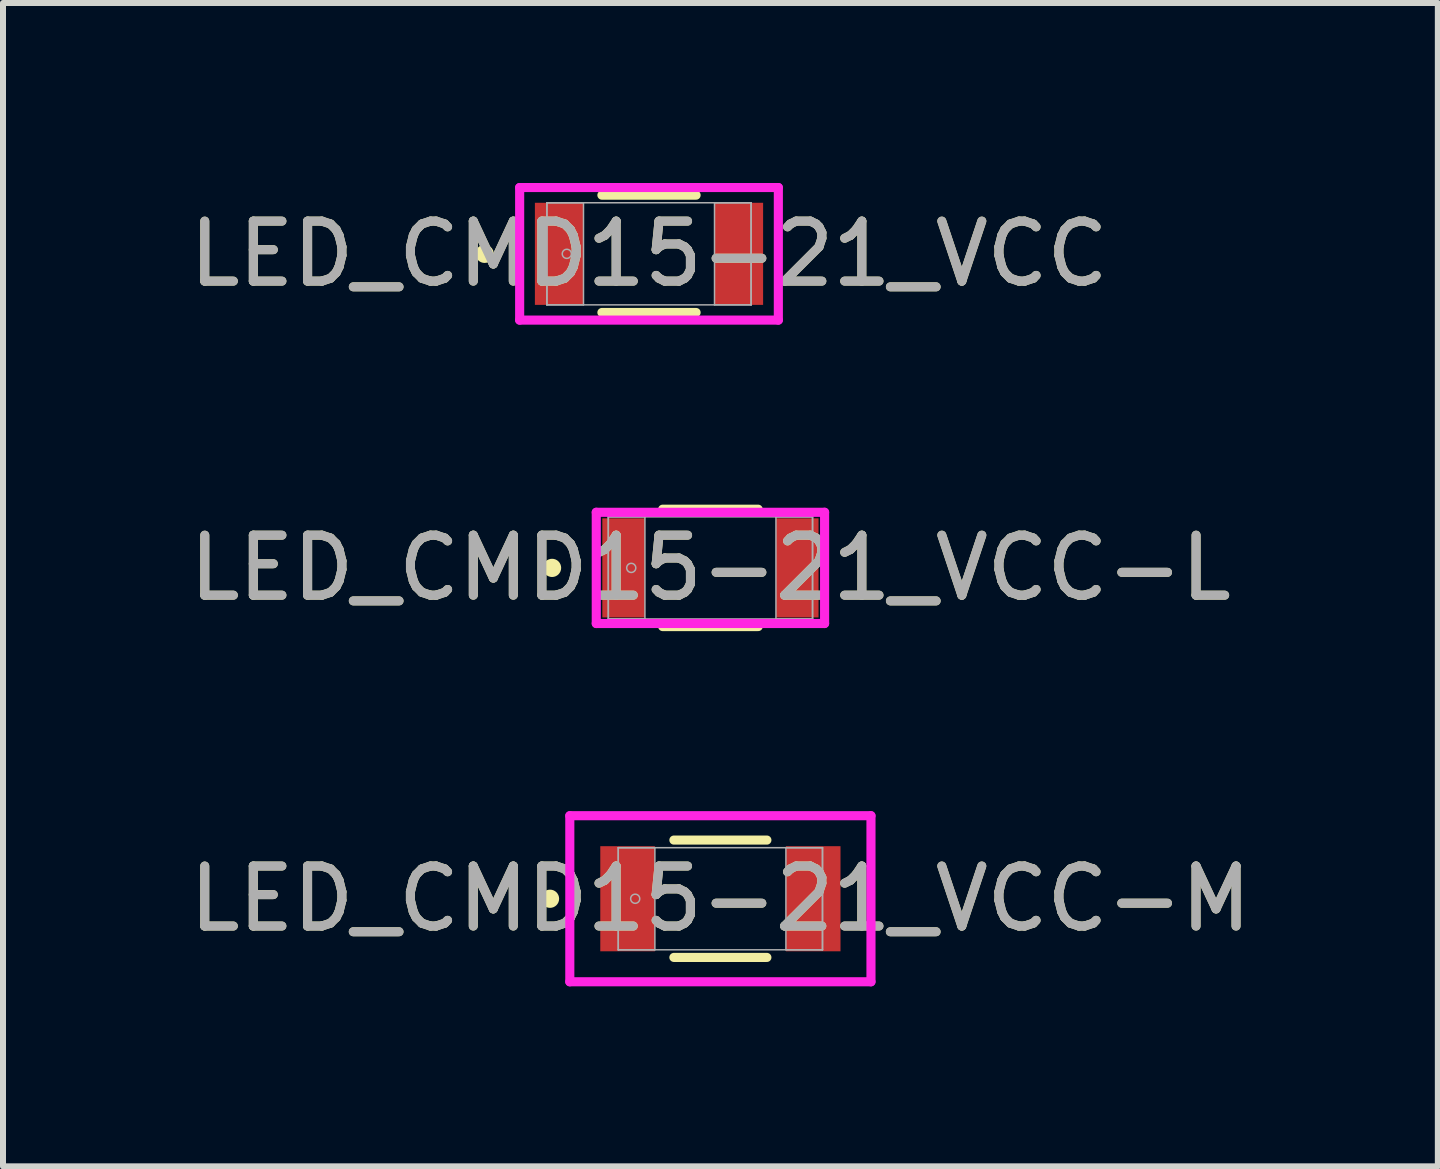
<source format=kicad_pcb>
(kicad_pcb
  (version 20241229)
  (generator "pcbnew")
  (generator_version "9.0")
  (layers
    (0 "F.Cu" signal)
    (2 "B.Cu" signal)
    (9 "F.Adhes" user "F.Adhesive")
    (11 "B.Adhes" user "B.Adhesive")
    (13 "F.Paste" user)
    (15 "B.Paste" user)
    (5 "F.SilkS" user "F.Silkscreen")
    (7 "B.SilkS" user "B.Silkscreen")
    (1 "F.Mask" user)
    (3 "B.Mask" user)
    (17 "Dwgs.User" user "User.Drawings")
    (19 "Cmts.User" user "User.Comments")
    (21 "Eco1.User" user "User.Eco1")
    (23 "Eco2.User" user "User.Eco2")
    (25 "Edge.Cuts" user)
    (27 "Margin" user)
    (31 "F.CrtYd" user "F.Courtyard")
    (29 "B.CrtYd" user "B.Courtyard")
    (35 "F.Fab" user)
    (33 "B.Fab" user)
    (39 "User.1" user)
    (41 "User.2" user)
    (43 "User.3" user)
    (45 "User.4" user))
  (footprint "LED_CMD15-21_VCC-L"
    (layer "F.Cu")
    (at 8.792 6.416)
    (property "Reference" "LED_CMD15-21_VCC-L" (at 0 0 0) (unlocked yes) (layer "F.SilkS") (effects (font (size 1 1) (thickness 0.15))))
    (attr smd)
    (fp_line (start -0.796 0.978) (end 0.796 0.978) (stroke (width 0.152) (type solid)) (layer "F.SilkS"))
    (fp_line (start 0.796 -0.978) (end -0.796 -0.978) (stroke (width 0.152) (type solid)) (layer "F.SilkS"))
    (fp_circle (center -2.64 0) (end -2.564 0) (stroke (width 0.152) (type solid)) (fill no) (layer "F.SilkS"))
    (fp_line (start -1.903 -0.927) (end 1.903 -0.927) (stroke (width 0.152) (type solid)) (layer "F.CrtYd"))
    (fp_line (start -1.903 0.927) (end -1.903 -0.927) (stroke (width 0.152) (type solid)) (layer "F.CrtYd"))
    (fp_line (start 1.903 -0.927) (end 1.903 0.927) (stroke (width 0.152) (type solid)) (layer "F.CrtYd"))
    (fp_line (start 1.903 0.927) (end -1.903 0.927) (stroke (width 0.152) (type solid)) (layer "F.CrtYd"))
    (fp_line (start -1.702 -0.851) (end -1.702 0.851) (stroke (width 0.025) (type solid)) (layer "F.Fab"))
    (fp_line (start -1.702 -0.851) (end -1.702 0.851) (stroke (width 0.025) (type solid)) (layer "F.Fab"))
    (fp_line (start -1.702 0.851) (end -1.092 0.851) (stroke (width 0.025) (type solid)) (layer "F.Fab"))
    (fp_line (start -1.702 0.851) (end 1.702 0.851) (stroke (width 0.025) (type solid)) (layer "F.Fab"))
    (fp_line (start -1.092 -0.851) (end -1.702 -0.851) (stroke (width 0.025) (type solid)) (layer "F.Fab"))
    (fp_line (start -1.092 0.851) (end -1.092 -0.851) (stroke (width 0.025) (type solid)) (layer "F.Fab"))
    (fp_line (start 1.092 -0.851) (end 1.092 0.851) (stroke (width 0.025) (type solid)) (layer "F.Fab"))
    (fp_line (start 1.092 0.851) (end 1.702 0.851) (stroke (width 0.025) (type solid)) (layer "F.Fab"))
    (fp_line (start 1.702 -0.851) (end -1.702 -0.851) (stroke (width 0.025) (type solid)) (layer "F.Fab"))
    (fp_line (start 1.702 -0.851) (end 1.092 -0.851) (stroke (width 0.025) (type solid)) (layer "F.Fab"))
    (fp_line (start 1.702 0.851) (end 1.702 -0.851) (stroke (width 0.025) (type solid)) (layer "F.Fab"))
    (fp_line (start 1.702 0.851) (end 1.702 -0.851) (stroke (width 0.025) (type solid)) (layer "F.Fab"))
    (fp_circle (center -1.32 0) (end -1.244 0) (stroke (width 0.025) (type solid)) (fill no) (layer "F.Fab"))
    (fp_text user "${REFERENCE}" (at 0 0 0) (unlocked yes) (layer "F.Fab") (effects (font (size 1 1) (thickness 0.15))))
    (pad "1" smd rect (at -1.447 0) (size 0.71 1.652) (layers "F.Cu" "F.Mask" "F.Paste"))
    (pad "2" smd rect (at 1.447 0) (size 0.71 1.652) (layers "F.Cu" "F.Mask" "F.Paste"))
    (zone (net_name "") (layer "F.Cu") (hatch full 0.508) (connect_pads) (min_thickness 0.254) (filled_areas_thickness no) (keepout (tracks not_allowed) (vias not_allowed) (pads allowed) (copperpour not_allowed) (footprints allowed)) (placement (enabled no)) (fill) (polygon (pts (xy 7.75 5.616) (xy 9.833 5.616) (xy 9.833 7.216) (xy 7.75 7.216)))))
  (footprint "LED_CMD15-21_VCC"
    (layer "F.Cu")
    (at 7.768 1.181)
    (property "Reference" "LED_CMD15-21_VCC" (at 0 0 0) (unlocked yes) (layer "F.SilkS") (effects (font (size 1 1) (thickness 0.15))))
    (attr smd)
    (fp_line (start -0.785 0.978) (end 0.785 0.978) (stroke (width 0.152) (type solid)) (layer "F.SilkS"))
    (fp_line (start 0.785 -0.978) (end -0.785 -0.978) (stroke (width 0.152) (type solid)) (layer "F.SilkS"))
    (fp_circle (center -2.74 0) (end -2.664 0) (stroke (width 0.152) (type solid)) (fill no) (layer "F.SilkS"))
    (fp_line (start -2.156 -1.105) (end 2.156 -1.105) (stroke (width 0.152) (type solid)) (layer "F.CrtYd"))
    (fp_line (start -2.156 1.105) (end -2.156 -1.105) (stroke (width 0.152) (type solid)) (layer "F.CrtYd"))
    (fp_line (start 2.156 -1.105) (end 2.156 1.105) (stroke (width 0.152) (type solid)) (layer "F.CrtYd"))
    (fp_line (start 2.156 1.105) (end -2.156 1.105) (stroke (width 0.152) (type solid)) (layer "F.CrtYd"))
    (fp_line (start -1.702 -0.851) (end -1.702 0.851) (stroke (width 0.025) (type solid)) (layer "F.Fab"))
    (fp_line (start -1.702 -0.851) (end -1.702 0.851) (stroke (width 0.025) (type solid)) (layer "F.Fab"))
    (fp_line (start -1.702 0.851) (end -1.092 0.851) (stroke (width 0.025) (type solid)) (layer "F.Fab"))
    (fp_line (start -1.702 0.851) (end 1.702 0.851) (stroke (width 0.025) (type solid)) (layer "F.Fab"))
    (fp_line (start -1.092 -0.851) (end -1.702 -0.851) (stroke (width 0.025) (type solid)) (layer "F.Fab"))
    (fp_line (start -1.092 0.851) (end -1.092 -0.851) (stroke (width 0.025) (type solid)) (layer "F.Fab"))
    (fp_line (start 1.092 -0.851) (end 1.092 0.851) (stroke (width 0.025) (type solid)) (layer "F.Fab"))
    (fp_line (start 1.092 0.851) (end 1.702 0.851) (stroke (width 0.025) (type solid)) (layer "F.Fab"))
    (fp_line (start 1.702 -0.851) (end -1.702 -0.851) (stroke (width 0.025) (type solid)) (layer "F.Fab"))
    (fp_line (start 1.702 -0.851) (end 1.092 -0.851) (stroke (width 0.025) (type solid)) (layer "F.Fab"))
    (fp_line (start 1.702 0.851) (end 1.702 -0.851) (stroke (width 0.025) (type solid)) (layer "F.Fab"))
    (fp_line (start 1.702 0.851) (end 1.702 -0.851) (stroke (width 0.025) (type solid)) (layer "F.Fab"))
    (fp_circle (center -1.37 0) (end -1.294 0) (stroke (width 0.025) (type solid)) (fill no) (layer "F.Fab"))
    (fp_text user "${REFERENCE}" (at 0 0 0) (unlocked yes) (layer "F.Fab") (effects (font (size 1 1) (thickness 0.15))))
    (pad "1" smd rect (at -1.497 0) (size 0.81 1.702) (layers "F.Cu" "F.Mask" "F.Paste"))
    (pad "2" smd rect (at 1.497 0) (size 0.81 1.702) (layers "F.Cu" "F.Mask" "F.Paste"))
    (zone (net_name "") (layer "F.Cu") (hatch full 0.508) (connect_pads) (min_thickness 0.254) (filled_areas_thickness no) (keepout (tracks not_allowed) (vias not_allowed) (pads allowed) (copperpour not_allowed) (footprints allowed)) (placement (enabled no)) (fill) (polygon (pts (xy 6.726 0.381) (xy 8.809 0.381) (xy 8.809 1.981) (xy 6.726 1.981)))))
  (footprint "LED_CMD15-21_VCC-M"
    (layer "F.Cu")
    (at 8.958 11.931)
    (property "Reference" "LED_CMD15-21_VCC-M" (at 0 0 0) (unlocked yes) (layer "F.SilkS") (effects (font (size 1 1) (thickness 0.15))))
    (attr smd)
    (fp_line (start -0.775 0.978) (end 0.775 0.978) (stroke (width 0.152) (type solid)) (layer "F.SilkS"))
    (fp_line (start 0.775 -0.978) (end -0.775 -0.978) (stroke (width 0.152) (type solid)) (layer "F.SilkS"))
    (fp_circle (center -2.84 0) (end -2.764 0) (stroke (width 0.152) (type solid)) (fill no) (layer "F.SilkS"))
    (fp_line (start -2.51 -1.384) (end 2.51 -1.384) (stroke (width 0.152) (type solid)) (layer "F.CrtYd"))
    (fp_line (start -2.51 1.384) (end -2.51 -1.384) (stroke (width 0.152) (type solid)) (layer "F.CrtYd"))
    (fp_line (start 2.51 -1.384) (end 2.51 1.384) (stroke (width 0.152) (type solid)) (layer "F.CrtYd"))
    (fp_line (start 2.51 1.384) (end -2.51 1.384) (stroke (width 0.152) (type solid)) (layer "F.CrtYd"))
    (fp_line (start -1.702 -0.851) (end -1.702 0.851) (stroke (width 0.025) (type solid)) (layer "F.Fab"))
    (fp_line (start -1.702 -0.851) (end -1.702 0.851) (stroke (width 0.025) (type solid)) (layer "F.Fab"))
    (fp_line (start -1.702 0.851) (end -1.092 0.851) (stroke (width 0.025) (type solid)) (layer "F.Fab"))
    (fp_line (start -1.702 0.851) (end 1.702 0.851) (stroke (width 0.025) (type solid)) (layer "F.Fab"))
    (fp_line (start -1.092 -0.851) (end -1.702 -0.851) (stroke (width 0.025) (type solid)) (layer "F.Fab"))
    (fp_line (start -1.092 0.851) (end -1.092 -0.851) (stroke (width 0.025) (type solid)) (layer "F.Fab"))
    (fp_line (start 1.092 -0.851) (end 1.092 0.851) (stroke (width 0.025) (type solid)) (layer "F.Fab"))
    (fp_line (start 1.092 0.851) (end 1.702 0.851) (stroke (width 0.025) (type solid)) (layer "F.Fab"))
    (fp_line (start 1.702 -0.851) (end -1.702 -0.851) (stroke (width 0.025) (type solid)) (layer "F.Fab"))
    (fp_line (start 1.702 -0.851) (end 1.092 -0.851) (stroke (width 0.025) (type solid)) (layer "F.Fab"))
    (fp_line (start 1.702 0.851) (end 1.702 -0.851) (stroke (width 0.025) (type solid)) (layer "F.Fab"))
    (fp_line (start 1.702 0.851) (end 1.702 -0.851) (stroke (width 0.025) (type solid)) (layer "F.Fab"))
    (fp_circle (center -1.42 0) (end -1.344 0) (stroke (width 0.025) (type solid)) (fill no) (layer "F.Fab"))
    (fp_text user "${REFERENCE}" (at 0 0 0) (unlocked yes) (layer "F.Fab") (effects (font (size 1 1) (thickness 0.15))))
    (pad "1" smd rect (at -1.547 0) (size 0.91 1.752) (layers "F.Cu" "F.Mask" "F.Paste"))
    (pad "2" smd rect (at 1.547 0) (size 0.91 1.752) (layers "F.Cu" "F.Mask" "F.Paste"))
    (zone (net_name "") (layer "F.Cu") (hatch full 0.508) (connect_pads) (min_thickness 0.254) (filled_areas_thickness no) (keepout (tracks not_allowed) (vias not_allowed) (pads allowed) (copperpour not_allowed) (footprints allowed)) (placement (enabled no)) (fill) (polygon (pts (xy 7.917 11.13) (xy 10 11.13) (xy 10 12.731) (xy 7.917 12.731)))))
  (gr_rect
    (start -3 -3)
    (end 20.917 16.391)
    (stroke (width 0.1) (type default))
    (fill no)
    (layer "Edge.Cuts")))
</source>
